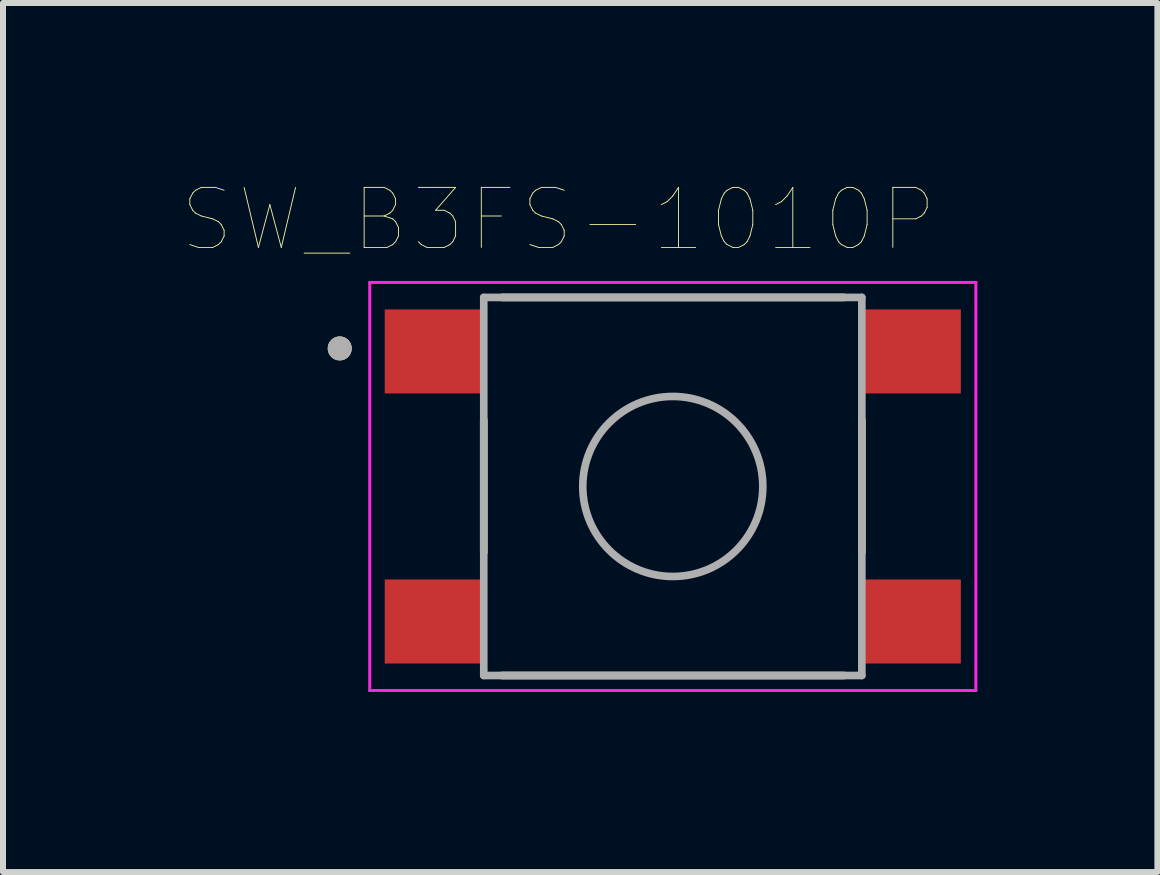
<source format=kicad_pcb>
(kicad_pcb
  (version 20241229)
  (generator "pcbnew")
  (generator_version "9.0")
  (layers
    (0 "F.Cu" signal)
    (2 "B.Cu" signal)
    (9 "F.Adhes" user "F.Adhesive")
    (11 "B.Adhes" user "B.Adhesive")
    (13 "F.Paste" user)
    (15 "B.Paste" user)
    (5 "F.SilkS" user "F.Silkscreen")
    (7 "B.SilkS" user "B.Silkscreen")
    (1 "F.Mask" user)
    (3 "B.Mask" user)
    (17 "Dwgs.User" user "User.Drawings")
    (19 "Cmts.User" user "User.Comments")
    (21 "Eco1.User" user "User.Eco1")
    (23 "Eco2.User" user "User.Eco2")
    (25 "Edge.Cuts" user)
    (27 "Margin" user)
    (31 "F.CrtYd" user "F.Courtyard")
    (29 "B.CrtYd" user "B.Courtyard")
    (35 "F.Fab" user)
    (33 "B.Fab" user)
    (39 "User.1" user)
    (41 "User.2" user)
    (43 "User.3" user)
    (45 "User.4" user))
  (footprint "SW_B3FS-1010P"
    (layer "F.Cu")
    (at 8.161 5.056)
    (property "Reference" "SW_B3FS-1010P" (at -1.905 -4.445 0) (layer "F.SilkS") (effects (font (size 1 1) (thickness 0.015))))
    (attr through_hole)
    (fp_line (start -3.15 1.1) (end -3.15 -1.1) (stroke (width 0.127) (type solid)) (layer "F.SilkS"))
    (fp_line (start -2.85 -3.15) (end 2.85 -3.15) (stroke (width 0.127) (type solid)) (layer "F.SilkS"))
    (fp_line (start -2.85 3.15) (end 2.85 3.15) (stroke (width 0.127) (type solid)) (layer "F.SilkS"))
    (fp_line (start 3.15 -1.1) (end 3.15 1.1) (stroke (width 0.127) (type solid)) (layer "F.SilkS"))
    (fp_circle (center -5.55 -2.3) (end -5.45 -2.3) (stroke (width 0.2) (type solid)) (fill no) (layer "F.SilkS"))
    (fp_line (start -5.05 -3.4) (end 5.05 -3.4) (stroke (width 0.05) (type solid)) (layer "F.CrtYd"))
    (fp_line (start -5.05 3.4) (end -5.05 -3.4) (stroke (width 0.05) (type solid)) (layer "F.CrtYd"))
    (fp_line (start 5.05 -3.4) (end 5.05 3.4) (stroke (width 0.05) (type solid)) (layer "F.CrtYd"))
    (fp_line (start 5.05 3.4) (end -5.05 3.4) (stroke (width 0.05) (type solid)) (layer "F.CrtYd"))
    (fp_line (start -3.15 -3.15) (end 3.15 -3.15) (stroke (width 0.127) (type solid)) (layer "F.Fab"))
    (fp_line (start -3.15 3.15) (end -3.15 -3.15) (stroke (width 0.127) (type solid)) (layer "F.Fab"))
    (fp_line (start 3.15 -3.15) (end 3.15 3.15) (stroke (width 0.127) (type solid)) (layer "F.Fab"))
    (fp_line (start 3.15 3.15) (end -3.15 3.15) (stroke (width 0.127) (type solid)) (layer "F.Fab"))
    (fp_circle (center -5.55 -2.3) (end -5.45 -2.3) (stroke (width 0.2) (type solid)) (fill no) (layer "F.Fab"))
    (fp_circle (center 0 0) (end 1.5 0) (stroke (width 0.127) (type solid)) (fill no) (layer "F.Fab"))
    (pad "1" smd rect (at -4 -2.25) (size 1.6 1.4) (layers "F.Cu" "F.Mask" "F.Paste"))
    (pad "2" smd rect (at 4 -2.25) (size 1.6 1.4) (layers "F.Cu" "F.Mask" "F.Paste"))
    (pad "3" smd rect (at -4 2.25) (size 1.6 1.4) (layers "F.Cu" "F.Mask" "F.Paste"))
    (pad "4" smd rect (at 4 2.25) (size 1.6 1.4) (layers "F.Cu" "F.Mask" "F.Paste")))
  (gr_rect
    (start -3 -3)
    (end 16.236 11.481)
    (stroke (width 0.1) (type default))
    (fill no)
    (layer "Edge.Cuts")))
</source>
